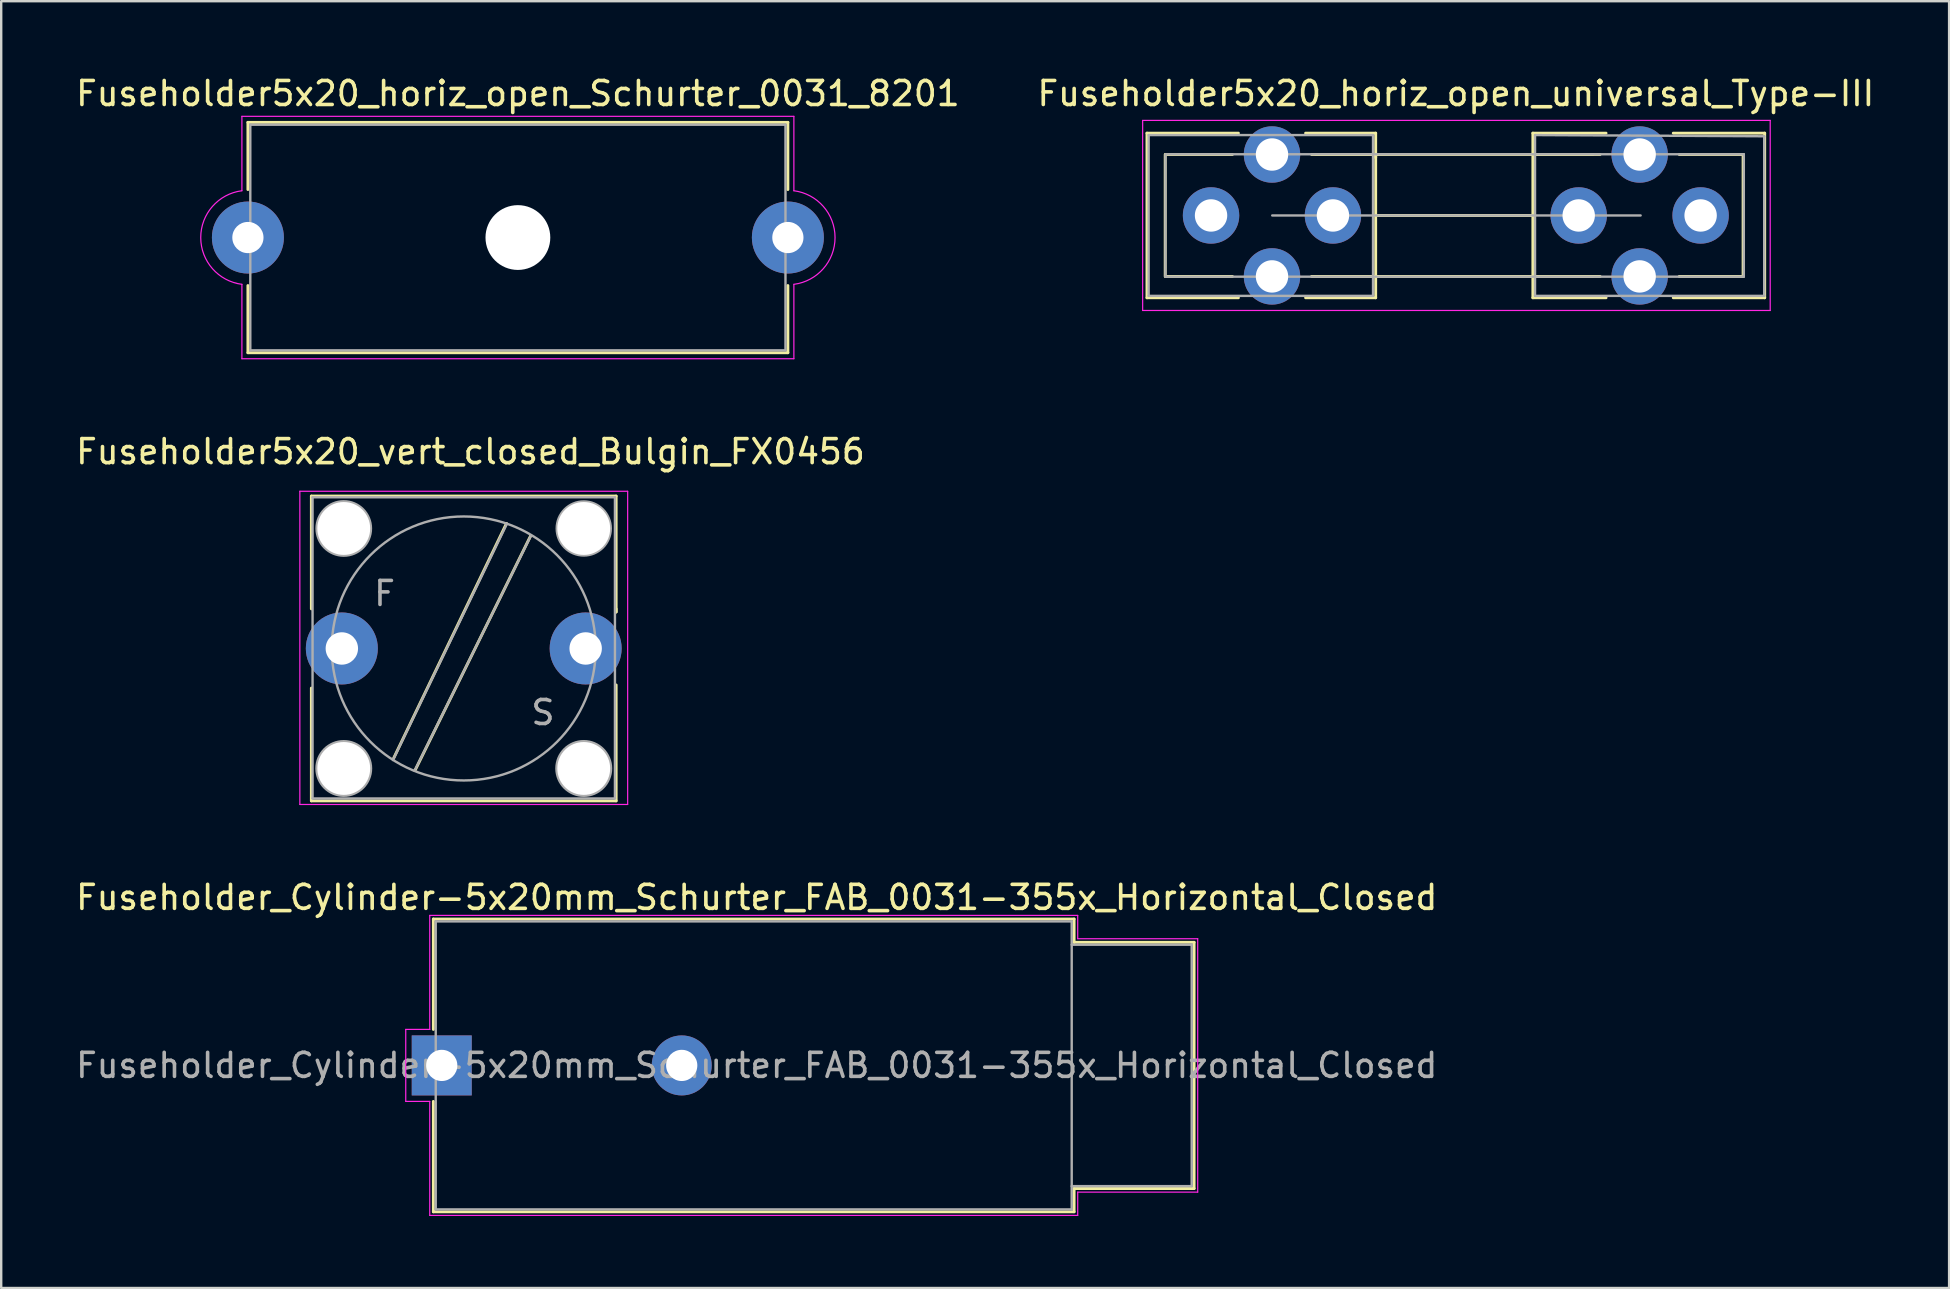
<source format=kicad_pcb>
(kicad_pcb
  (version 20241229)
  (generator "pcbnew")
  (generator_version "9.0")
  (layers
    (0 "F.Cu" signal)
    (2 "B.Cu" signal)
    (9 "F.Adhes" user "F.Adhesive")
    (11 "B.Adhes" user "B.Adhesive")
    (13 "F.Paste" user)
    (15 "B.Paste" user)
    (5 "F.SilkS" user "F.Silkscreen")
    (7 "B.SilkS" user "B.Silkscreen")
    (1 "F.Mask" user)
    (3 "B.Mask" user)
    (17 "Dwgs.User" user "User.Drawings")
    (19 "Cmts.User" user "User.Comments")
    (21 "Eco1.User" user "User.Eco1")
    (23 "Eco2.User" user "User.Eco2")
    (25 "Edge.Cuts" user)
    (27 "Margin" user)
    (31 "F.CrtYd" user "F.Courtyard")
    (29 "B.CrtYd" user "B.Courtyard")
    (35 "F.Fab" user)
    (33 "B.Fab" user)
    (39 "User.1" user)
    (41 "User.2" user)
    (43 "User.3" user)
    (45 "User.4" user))
  (footprint "Fuseholder_Cylinder-5x20mm_Schurter_FAB_0031-355x_Horizontal_Closed"
    (layer "F.Cu")
    (at 15.357 41.345)
    (property "Reference" "Fuseholder_Cylinder-5x20mm_Schurter_FAB_0031-355x_Horizontal_Closed" (at 13.125 -7 0) (layer "F.SilkS") (effects (font (size 1 1) (thickness 0.15))))
    (attr through_hole)
    (fp_line (start -0.35 -6.1) (end -0.35 -1.5) (stroke (width 0.12) (type solid)) (layer "F.SilkS"))
    (fp_line (start -0.35 1.5) (end -0.35 6.1) (stroke (width 0.12) (type solid)) (layer "F.SilkS"))
    (fp_line (start -0.35 6.1) (end 26.35 6.1) (stroke (width 0.12) (type solid)) (layer "F.SilkS"))
    (fp_line (start 26.35 -6.1) (end -0.35 -6.1) (stroke (width 0.12) (type solid)) (layer "F.SilkS"))
    (fp_line (start 26.35 -5.13) (end 26.35 -6.1) (stroke (width 0.12) (type solid)) (layer "F.SilkS"))
    (fp_line (start 26.35 -5.13) (end 31.35 -5.13) (stroke (width 0.12) (type solid)) (layer "F.SilkS"))
    (fp_line (start 26.35 5.13) (end 26.35 6.1) (stroke (width 0.12) (type solid)) (layer "F.SilkS"))
    (fp_line (start 31.35 -5.13) (end 31.35 5.13) (stroke (width 0.12) (type solid)) (layer "F.SilkS"))
    (fp_line (start 31.35 5.13) (end 26.35 5.13) (stroke (width 0.12) (type solid)) (layer "F.SilkS"))
    (fp_line (start -1.5 -1.5) (end -1.5 1.5) (stroke (width 0.05) (type solid)) (layer "F.CrtYd"))
    (fp_line (start -1.5 1.5) (end -0.5 1.5) (stroke (width 0.05) (type solid)) (layer "F.CrtYd"))
    (fp_line (start -0.5 -6.25) (end -0.5 -1.5) (stroke (width 0.05) (type solid)) (layer "F.CrtYd"))
    (fp_line (start -0.5 -6.25) (end 26.5 -6.25) (stroke (width 0.05) (type solid)) (layer "F.CrtYd"))
    (fp_line (start -0.5 -1.5) (end -1.5 -1.5) (stroke (width 0.05) (type solid)) (layer "F.CrtYd"))
    (fp_line (start -0.5 1.5) (end -0.5 6.25) (stroke (width 0.05) (type solid)) (layer "F.CrtYd"))
    (fp_line (start 26.5 -6.25) (end 26.5 -5.28) (stroke (width 0.05) (type solid)) (layer "F.CrtYd"))
    (fp_line (start 26.5 5.28) (end 26.5 6.25) (stroke (width 0.05) (type solid)) (layer "F.CrtYd"))
    (fp_line (start 26.5 5.28) (end 31.5 5.28) (stroke (width 0.05) (type solid)) (layer "F.CrtYd"))
    (fp_line (start 26.5 6.25) (end -0.5 6.25) (stroke (width 0.05) (type solid)) (layer "F.CrtYd"))
    (fp_line (start 31.5 -5.28) (end 26.5 -5.28) (stroke (width 0.05) (type solid)) (layer "F.CrtYd"))
    (fp_line (start 31.5 5.28) (end 31.5 -5.28) (stroke (width 0.05) (type solid)) (layer "F.CrtYd"))
    (fp_line (start -0.25 -6) (end 26.25 -6) (stroke (width 0.1) (type solid)) (layer "F.Fab"))
    (fp_line (start -0.25 6) (end -0.25 -6) (stroke (width 0.1) (type solid)) (layer "F.Fab"))
    (fp_line (start 26.25 -6) (end 26.25 6) (stroke (width 0.1) (type solid)) (layer "F.Fab"))
    (fp_line (start 26.25 -5.03) (end 31.25 -5.03) (stroke (width 0.1) (type solid)) (layer "F.Fab"))
    (fp_line (start 26.25 6) (end -0.25 6) (stroke (width 0.1) (type solid)) (layer "F.Fab"))
    (fp_line (start 31.25 -5.03) (end 31.25 5.03) (stroke (width 0.1) (type solid)) (layer "F.Fab"))
    (fp_line (start 31.25 5.03) (end 26.25 5.03) (stroke (width 0.1) (type solid)) (layer "F.Fab"))
    (fp_text user "${REFERENCE}" (at 13.125 0 0) (layer "F.Fab") (effects (font (size 1 1) (thickness 0.15))))
    (pad "1" thru_hole rect (at 0 0) (size 2.5 2.5) (drill 1.3) (layers "*.Cu" "*.Mask"))
    (pad "2" thru_hole circle (at 10 0) (size 2.5 2.5) (drill 1.3) (layers "*.Cu" "*.Mask")))
  (footprint "Fuseholder5x20_horiz_open_Schurter_0031_8201"
    (layer "F.Cu")
    (at 7.28 6.848)
    (property "Reference" "Fuseholder5x20_horiz_open_Schurter_0031_8201" (at 11.25 -6 0) (layer "F.SilkS") (effects (font (size 1 1) (thickness 0.15))))
    (attr through_hole)
    (fp_line (start 0 -4.8) (end 22.5 -4.8) (stroke (width 0.12) (type solid)) (layer "F.SilkS"))
    (fp_line (start 0 -2) (end 0 -4.8) (stroke (width 0.12) (type solid)) (layer "F.SilkS"))
    (fp_line (start 0 4.8) (end 0 2) (stroke (width 0.12) (type solid)) (layer "F.SilkS"))
    (fp_line (start 0 4.8) (end 22.5 4.8) (stroke (width 0.12) (type solid)) (layer "F.SilkS"))
    (fp_line (start 22.5 -2) (end 22.5 -4.8) (stroke (width 0.12) (type solid)) (layer "F.SilkS"))
    (fp_line (start 22.5 4.8) (end 22.5 2) (stroke (width 0.12) (type solid)) (layer "F.SilkS"))
    (fp_line (start -0.25 -5.05) (end 22.75 -5.05) (stroke (width 0.05) (type solid)) (layer "F.CrtYd"))
    (fp_line (start -0.25 -1.95) (end -0.25 -5.05) (stroke (width 0.05) (type solid)) (layer "F.CrtYd"))
    (fp_line (start -0.25 5.05) (end -0.25 1.95) (stroke (width 0.05) (type solid)) (layer "F.CrtYd"))
    (fp_line (start 22.75 -1.95) (end 22.75 -5.05) (stroke (width 0.05) (type solid)) (layer "F.CrtYd"))
    (fp_line (start 22.75 1.95) (end 22.75 5.05) (stroke (width 0.05) (type solid)) (layer "F.CrtYd"))
    (fp_line (start 22.75 5.05) (end -0.25 5.05) (stroke (width 0.05) (type solid)) (layer "F.CrtYd"))
    (fp_arc (start -0.25 1.95) (mid -1.96596 0.001518) (end -0.253011 -1.949612) (stroke (width 0.05) (type solid)) (layer "F.CrtYd"))
    (fp_arc (start 22.75 -1.95) (mid 24.46596 -0.001518) (end 22.753011 1.949612) (stroke (width 0.05) (type solid)) (layer "F.CrtYd"))
    (fp_line (start 0.1 -4.7) (end 0.1 4.7) (stroke (width 0.1) (type solid)) (layer "F.Fab"))
    (fp_line (start 0.1 4.7) (end 22.4 4.7) (stroke (width 0.1) (type solid)) (layer "F.Fab"))
    (fp_line (start 22.4 -4.7) (end 0.1 -4.7) (stroke (width 0.1) (type solid)) (layer "F.Fab"))
    (fp_line (start 22.4 4.7) (end 22.4 -4.7) (stroke (width 0.1) (type solid)) (layer "F.Fab"))
    (pad "" np_thru_hole circle (at 11.25 0) (size 2.7 2.7) (drill 2.7) (layers "*.Cu" "*.Mask"))
    (pad "1" thru_hole circle (at 0 0) (size 3 3) (drill 1.3) (layers "*.Cu" "*.Mask"))
    (pad "2" thru_hole circle (at 22.5 0) (size 3 3) (drill 1.3) (layers "*.Cu" "*.Mask")))
  (footprint "Fuseholder5x20_vert_closed_Bulgin_FX0456"
    (layer "F.Cu")
    (at 11.194 23.971)
    (property "Reference" "Fuseholder5x20_vert_closed_Bulgin_FX0456" (at 5.36 -8.2 0) (layer "F.SilkS") (effects (font (size 1 1) (thickness 0.15))))
    (attr through_hole)
    (fp_line (start -1.27 -6.35) (end -1.27 -1.65) (stroke (width 0.12) (type solid)) (layer "F.SilkS"))
    (fp_line (start -1.27 6.35) (end -1.27 1.65) (stroke (width 0.12) (type solid)) (layer "F.SilkS"))
    (fp_line (start -1.27 6.35) (end 11.43 6.35) (stroke (width 0.12) (type solid)) (layer "F.SilkS"))
    (fp_line (start 6.86 -5.21) (end 2.16 4.57) (stroke (width 0.12) (type solid)) (layer "F.SilkS"))
    (fp_line (start 7.87 -4.7) (end 3.05 5.08) (stroke (width 0.12) (type solid)) (layer "F.SilkS"))
    (fp_line (start 11.43 -6.35) (end -1.27 -6.35) (stroke (width 0.12) (type solid)) (layer "F.SilkS"))
    (fp_line (start 11.43 -6.35) (end 11.43 -1.52) (stroke (width 0.12) (type solid)) (layer "F.SilkS"))
    (fp_line (start 11.43 -1.52) (end 11.43 -1.65) (stroke (width 0.12) (type solid)) (layer "F.SilkS"))
    (fp_line (start 11.43 6.35) (end 11.43 1.52) (stroke (width 0.12) (type solid)) (layer "F.SilkS"))
    (fp_line (start -1.75 -6.55) (end -1.75 6.5) (stroke (width 0.05) (type solid)) (layer "F.CrtYd"))
    (fp_line (start -1.75 -6.55) (end 11.91 -6.55) (stroke (width 0.05) (type solid)) (layer "F.CrtYd"))
    (fp_line (start 11.91 6.5) (end -1.75 6.5) (stroke (width 0.05) (type solid)) (layer "F.CrtYd"))
    (fp_line (start 11.91 6.5) (end 11.91 -6.55) (stroke (width 0.05) (type solid)) (layer "F.CrtYd"))
    (fp_line (start -1.22 -6.3) (end -1.22 6.25) (stroke (width 0.1) (type solid)) (layer "F.Fab"))
    (fp_line (start -1.22 6.25) (end 11.38 6.25) (stroke (width 0.1) (type solid)) (layer "F.Fab"))
    (fp_line (start 3.03 5.1) (end 7.88 -4.7) (stroke (width 0.1) (type solid)) (layer "F.Fab"))
    (fp_line (start 6.88 -5.2) (end 2.13 4.65) (stroke (width 0.1) (type solid)) (layer "F.Fab"))
    (fp_line (start 11.38 -6.3) (end -1.22 -6.3) (stroke (width 0.1) (type solid)) (layer "F.Fab"))
    (fp_line (start 11.38 6.25) (end 11.38 -6.3) (stroke (width 0.1) (type solid)) (layer "F.Fab"))
    (fp_circle (center 0.08 -5) (end 0.48 -3.94) (stroke (width 0.1) (type solid)) (fill no) (layer "F.Fab"))
    (fp_circle (center 0.08 5) (end 0.58 6.02) (stroke (width 0.1) (type solid)) (fill no) (layer "F.Fab"))
    (fp_circle (center 5.08 0) (end 5.13 5.5) (stroke (width 0.1) (type solid)) (fill no) (layer "F.Fab"))
    (fp_circle (center 10.08 -5) (end 10.46 -3.94) (stroke (width 0.1) (type solid)) (fill no) (layer "F.Fab"))
    (fp_circle (center 10.08 5) (end 10.64 5.99) (stroke (width 0.1) (type solid)) (fill no) (layer "F.Fab"))
    (fp_text user "S" (at 8.38 2.67 0) (layer "F.Fab") (effects (font (size 1 1) (thickness 0.15))))
    (fp_text user "F" (at 1.78 -2.29 0) (layer "F.Fab") (effects (font (size 1 1) (thickness 0.15))))
    (pad "1" thru_hole circle (at 0 0) (size 3 3) (drill 1.35) (layers "*.Cu" "*.Mask"))
    (pad "2" thru_hole circle (at 10.16 0) (size 3 3) (drill 1.35) (layers "*.Cu" "*.Mask"))
    (pad "3" thru_hole circle (at 0.08 -5) (size 2.2 2.2) (drill 2.2) (layers "*.Cu" "Dwgs.User"))
    (pad "3" thru_hole circle (at 0.08 5) (size 2.2 2.2) (drill 2.2) (layers "*.Cu" "Dwgs.User"))
    (pad "3" thru_hole circle (at 10.08 -5) (size 2.2 2.2) (drill 2.2) (layers "*.Cu" "Dwgs.User"))
    (pad "3" thru_hole circle (at 10.08 5) (size 2.2 2.2) (drill 2.2) (layers "*.Cu" "Dwgs.User")))
  (footprint "Fuseholder5x20_horiz_open_universal_Type-III"
    (layer "F.Cu")
    (at 47.413 5.928)
    (property "Reference" "Fuseholder5x20_horiz_open_universal_Type-III" (at 10.2 -5.08 0) (layer "F.SilkS") (effects (font (size 1 1) (thickness 0.15))))
    (attr through_hole)
    (fp_line (start -2.67 -3.43) (end -2.67 3.43) (stroke (width 0.12) (type solid)) (layer "F.SilkS"))
    (fp_line (start -2.67 -3.43) (end 1.14 -3.43) (stroke (width 0.12) (type solid)) (layer "F.SilkS"))
    (fp_line (start -2.67 3.43) (end 1.14 3.43) (stroke (width 0.12) (type solid)) (layer "F.SilkS"))
    (fp_line (start -1.91 -2.54) (end -1.91 2.54) (stroke (width 0.12) (type solid)) (layer "F.SilkS"))
    (fp_line (start -1.9 -2.54) (end 0.89 -2.54) (stroke (width 0.12) (type solid)) (layer "F.SilkS"))
    (fp_line (start -1.9 2.54) (end 0.89 2.54) (stroke (width 0.12) (type solid)) (layer "F.SilkS"))
    (fp_line (start 4.36 -2.54) (end 15.91 -2.54) (stroke (width 0.12) (type solid)) (layer "F.SilkS"))
    (fp_line (start 6.86 -3.43) (end 3.94 -3.43) (stroke (width 0.12) (type solid)) (layer "F.SilkS"))
    (fp_line (start 6.86 -3.43) (end 6.86 -2.41) (stroke (width 0.12) (type solid)) (layer "F.SilkS"))
    (fp_line (start 6.86 -2.54) (end 4.19 -2.54) (stroke (width 0.12) (type solid)) (layer "F.SilkS"))
    (fp_line (start 6.86 0) (end 6.86 -2.54) (stroke (width 0.12) (type solid)) (layer "F.SilkS"))
    (fp_line (start 6.86 2.54) (end 4.19 2.54) (stroke (width 0.12) (type solid)) (layer "F.SilkS"))
    (fp_line (start 6.86 2.54) (end 6.86 0) (stroke (width 0.12) (type solid)) (layer "F.SilkS"))
    (fp_line (start 6.86 3.43) (end 3.94 3.43) (stroke (width 0.12) (type solid)) (layer "F.SilkS"))
    (fp_line (start 6.86 3.43) (end 6.86 2.54) (stroke (width 0.12) (type solid)) (layer "F.SilkS"))
    (fp_line (start 6.95 0) (end 13.45 0) (stroke (width 0.12) (type solid)) (layer "F.SilkS"))
    (fp_line (start 13.41 -3.43) (end 13.41 -2.54) (stroke (width 0.12) (type solid)) (layer "F.SilkS"))
    (fp_line (start 13.41 -3.43) (end 16.46 -3.43) (stroke (width 0.12) (type solid)) (layer "F.SilkS"))
    (fp_line (start 13.41 -2.54) (end 16.21 -2.54) (stroke (width 0.12) (type solid)) (layer "F.SilkS"))
    (fp_line (start 13.41 0) (end 13.41 -2.54) (stroke (width 0.12) (type solid)) (layer "F.SilkS"))
    (fp_line (start 13.41 2.54) (end 13.41 0) (stroke (width 0.12) (type solid)) (layer "F.SilkS"))
    (fp_line (start 13.41 2.54) (end 16.21 2.54) (stroke (width 0.12) (type solid)) (layer "F.SilkS"))
    (fp_line (start 13.41 3.43) (end 13.41 2.54) (stroke (width 0.12) (type solid)) (layer "F.SilkS"))
    (fp_line (start 13.41 3.43) (end 16.46 3.43) (stroke (width 0.12) (type solid)) (layer "F.SilkS"))
    (fp_line (start 15.91 2.54) (end 4.23 2.54) (stroke (width 0.12) (type solid)) (layer "F.SilkS"))
    (fp_line (start 22.17 -2.54) (end 22.17 2.54) (stroke (width 0.12) (type solid)) (layer "F.SilkS"))
    (fp_line (start 22.18 -2.54) (end 19.51 -2.54) (stroke (width 0.12) (type solid)) (layer "F.SilkS"))
    (fp_line (start 22.18 2.54) (end 19.51 2.54) (stroke (width 0.12) (type solid)) (layer "F.SilkS"))
    (fp_line (start 23.07 -3.43) (end 19.26 -3.43) (stroke (width 0.12) (type solid)) (layer "F.SilkS"))
    (fp_line (start 23.07 -3.43) (end 23.07 3.43) (stroke (width 0.12) (type solid)) (layer "F.SilkS"))
    (fp_line (start 23.07 3.43) (end 19.26 3.43) (stroke (width 0.12) (type solid)) (layer "F.SilkS"))
    (fp_line (start -2.85 -3.96) (end -2.85 3.96) (stroke (width 0.05) (type solid)) (layer "F.CrtYd"))
    (fp_line (start -2.85 -3.96) (end 23.3 -3.96) (stroke (width 0.05) (type solid)) (layer "F.CrtYd"))
    (fp_line (start 23.3 3.96) (end -2.85 3.96) (stroke (width 0.05) (type solid)) (layer "F.CrtYd"))
    (fp_line (start 23.3 3.96) (end 23.3 -3.96) (stroke (width 0.05) (type solid)) (layer "F.CrtYd"))
    (fp_line (start -2.6 -3.35) (end 6.75 -3.35) (stroke (width 0.1) (type solid)) (layer "F.Fab"))
    (fp_line (start -2.6 3.35) (end -2.6 -3.35) (stroke (width 0.1) (type solid)) (layer "F.Fab"))
    (fp_line (start -1.9 -2.55) (end 22.2 -2.55) (stroke (width 0.1) (type solid)) (layer "F.Fab"))
    (fp_line (start -1.9 2.55) (end -1.9 -2.5) (stroke (width 0.1) (type solid)) (layer "F.Fab"))
    (fp_line (start 2.55 0) (end 17.9 0) (stroke (width 0.1) (type solid)) (layer "F.Fab"))
    (fp_line (start 6.75 -3.35) (end 6.75 3.35) (stroke (width 0.1) (type solid)) (layer "F.Fab"))
    (fp_line (start 6.75 3.35) (end -2.6 3.35) (stroke (width 0.1) (type solid)) (layer "F.Fab"))
    (fp_line (start 13.5 -3.35) (end 13.5 3.35) (stroke (width 0.1) (type solid)) (layer "F.Fab"))
    (fp_line (start 13.5 3.35) (end 23.05 3.35) (stroke (width 0.1) (type solid)) (layer "F.Fab"))
    (fp_line (start 22.2 -2.55) (end 22.2 2.55) (stroke (width 0.1) (type solid)) (layer "F.Fab"))
    (fp_line (start 22.2 2.55) (end -1.9 2.55) (stroke (width 0.1) (type solid)) (layer "F.Fab"))
    (fp_line (start 23.05 -3.3) (end 13.5 -3.35) (stroke (width 0.1) (type solid)) (layer "F.Fab"))
    (fp_line (start 23.05 3.35) (end 23.05 -3.3) (stroke (width 0.1) (type solid)) (layer "F.Fab"))
    (pad "1" thru_hole circle (at 0 0) (size 2.35 2.35) (drill 1.35) (layers "*.Cu" "*.Mask"))
    (pad "1" thru_hole circle (at 2.54 -2.54) (size 2.35 2.35) (drill 1.35) (layers "*.Cu" "*.Mask"))
    (pad "1" thru_hole circle (at 2.54 2.54) (size 2.35 2.35) (drill 1.35) (layers "*.Cu" "*.Mask"))
    (pad "1" thru_hole circle (at 5.08 0) (size 2.35 2.35) (drill 1.35) (layers "*.Cu" "*.Mask"))
    (pad "2" thru_hole circle (at 15.32 0) (size 2.35 2.35) (drill 1.35) (layers "*.Cu" "*.Mask"))
    (pad "2" thru_hole circle (at 17.86 -2.54) (size 2.35 2.35) (drill 1.35) (layers "*.Cu" "*.Mask"))
    (pad "2" thru_hole circle (at 17.86 2.54) (size 2.35 2.35) (drill 1.35) (layers "*.Cu" "*.Mask"))
    (pad "2" thru_hole circle (at 20.4 0) (size 2.35 2.35) (drill 1.35) (layers "*.Cu" "*.Mask")))
  (gr_rect
    (start -3 -3)
    (end 78.167 50.62)
    (stroke (width 0.1) (type default))
    (fill no)
    (layer "Edge.Cuts")))
</source>
